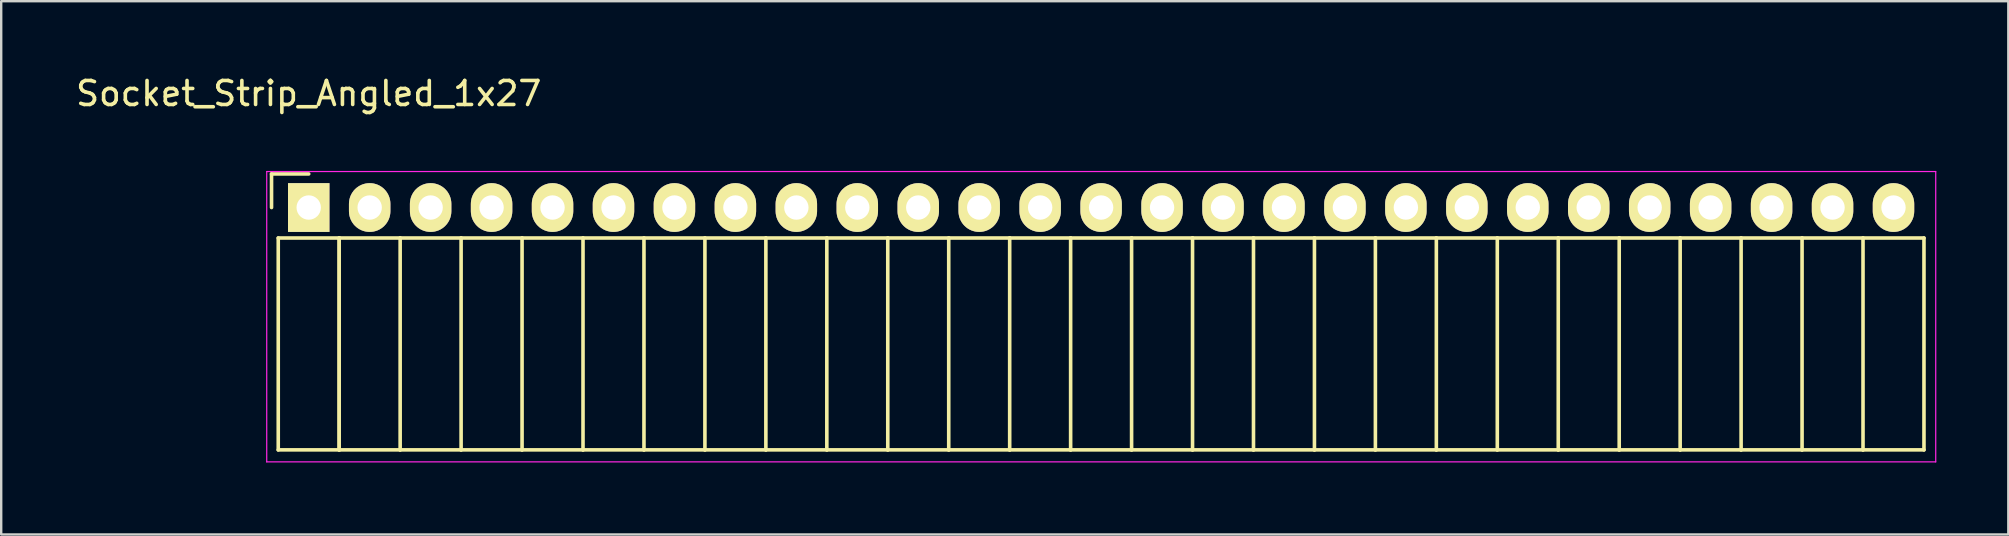
<source format=kicad_pcb>
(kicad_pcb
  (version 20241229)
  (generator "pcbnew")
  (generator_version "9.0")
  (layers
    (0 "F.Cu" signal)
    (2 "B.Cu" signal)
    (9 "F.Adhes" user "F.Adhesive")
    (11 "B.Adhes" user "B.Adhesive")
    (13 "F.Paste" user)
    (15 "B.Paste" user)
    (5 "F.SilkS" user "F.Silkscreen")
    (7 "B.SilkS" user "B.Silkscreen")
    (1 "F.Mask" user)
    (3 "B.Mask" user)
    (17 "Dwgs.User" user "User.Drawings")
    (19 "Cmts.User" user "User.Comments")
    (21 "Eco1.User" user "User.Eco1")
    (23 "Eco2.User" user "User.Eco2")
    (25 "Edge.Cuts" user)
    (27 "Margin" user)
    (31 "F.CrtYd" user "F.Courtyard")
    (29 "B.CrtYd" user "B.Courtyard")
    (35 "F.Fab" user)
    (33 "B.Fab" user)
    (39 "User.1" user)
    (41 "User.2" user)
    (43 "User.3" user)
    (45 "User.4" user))
  (footprint "Socket_Strip_Angled_1x27"
    (layer "F.Cu")
    (at 9.815 5.598)
    (property "Reference" "Socket_Strip_Angled_1x27" (at 0 -4.75 0) (layer "F.SilkS") (effects (font (size 1 1) (thickness 0.15))))
    (attr through_hole)
    (fp_line (start -1.55 -1.4) (end -1.55 0) (stroke (width 0.15) (type solid)) (layer "F.SilkS"))
    (fp_line (start -1.27 1.27) (end -1.27 10.1) (stroke (width 0.15) (type solid)) (layer "F.SilkS"))
    (fp_line (start -1.27 1.27) (end 1.27 1.27) (stroke (width 0.15) (type solid)) (layer "F.SilkS"))
    (fp_line (start -1.27 10.1) (end 1.27 10.1) (stroke (width 0.15) (type solid)) (layer "F.SilkS"))
    (fp_line (start 0 -1.4) (end -1.55 -1.4) (stroke (width 0.15) (type solid)) (layer "F.SilkS"))
    (fp_line (start 1.27 1.27) (end 1.27 10.1) (stroke (width 0.15) (type solid)) (layer "F.SilkS"))
    (fp_line (start 1.27 1.27) (end 3.81 1.27) (stroke (width 0.15) (type solid)) (layer "F.SilkS"))
    (fp_line (start 1.27 10.1) (end 1.27 1.27) (stroke (width 0.15) (type solid)) (layer "F.SilkS"))
    (fp_line (start 1.27 10.1) (end 3.81 10.1) (stroke (width 0.15) (type solid)) (layer "F.SilkS"))
    (fp_line (start 3.81 1.27) (end 6.35 1.27) (stroke (width 0.15) (type solid)) (layer "F.SilkS"))
    (fp_line (start 3.81 10.1) (end 3.81 1.27) (stroke (width 0.15) (type solid)) (layer "F.SilkS"))
    (fp_line (start 3.81 10.1) (end 6.35 10.1) (stroke (width 0.15) (type solid)) (layer "F.SilkS"))
    (fp_line (start 6.35 1.27) (end 8.89 1.27) (stroke (width 0.15) (type solid)) (layer "F.SilkS"))
    (fp_line (start 6.35 10.1) (end 6.35 1.27) (stroke (width 0.15) (type solid)) (layer "F.SilkS"))
    (fp_line (start 6.35 10.1) (end 8.89 10.1) (stroke (width 0.15) (type solid)) (layer "F.SilkS"))
    (fp_line (start 8.89 1.27) (end 11.43 1.27) (stroke (width 0.15) (type solid)) (layer "F.SilkS"))
    (fp_line (start 8.89 10.1) (end 8.89 1.27) (stroke (width 0.15) (type solid)) (layer "F.SilkS"))
    (fp_line (start 8.89 10.1) (end 11.43 10.1) (stroke (width 0.15) (type solid)) (layer "F.SilkS"))
    (fp_line (start 11.43 1.27) (end 13.97 1.27) (stroke (width 0.15) (type solid)) (layer "F.SilkS"))
    (fp_line (start 11.43 10.1) (end 11.43 1.27) (stroke (width 0.15) (type solid)) (layer "F.SilkS"))
    (fp_line (start 11.43 10.1) (end 13.97 10.1) (stroke (width 0.15) (type solid)) (layer "F.SilkS"))
    (fp_line (start 13.97 1.27) (end 16.51 1.27) (stroke (width 0.15) (type solid)) (layer "F.SilkS"))
    (fp_line (start 13.97 10.1) (end 13.97 1.27) (stroke (width 0.15) (type solid)) (layer "F.SilkS"))
    (fp_line (start 13.97 10.1) (end 16.51 10.1) (stroke (width 0.15) (type solid)) (layer "F.SilkS"))
    (fp_line (start 16.51 1.27) (end 19.05 1.27) (stroke (width 0.15) (type solid)) (layer "F.SilkS"))
    (fp_line (start 16.51 10.1) (end 16.51 1.27) (stroke (width 0.15) (type solid)) (layer "F.SilkS"))
    (fp_line (start 16.51 10.1) (end 19.05 10.1) (stroke (width 0.15) (type solid)) (layer "F.SilkS"))
    (fp_line (start 19.05 1.27) (end 21.59 1.27) (stroke (width 0.15) (type solid)) (layer "F.SilkS"))
    (fp_line (start 19.05 10.1) (end 19.05 1.27) (stroke (width 0.15) (type solid)) (layer "F.SilkS"))
    (fp_line (start 19.05 10.1) (end 21.59 10.1) (stroke (width 0.15) (type solid)) (layer "F.SilkS"))
    (fp_line (start 21.59 1.27) (end 24.13 1.27) (stroke (width 0.15) (type solid)) (layer "F.SilkS"))
    (fp_line (start 21.59 10.1) (end 21.59 1.27) (stroke (width 0.15) (type solid)) (layer "F.SilkS"))
    (fp_line (start 21.59 10.1) (end 24.13 10.1) (stroke (width 0.15) (type solid)) (layer "F.SilkS"))
    (fp_line (start 24.13 1.27) (end 26.67 1.27) (stroke (width 0.15) (type solid)) (layer "F.SilkS"))
    (fp_line (start 24.13 10.1) (end 24.13 1.27) (stroke (width 0.15) (type solid)) (layer "F.SilkS"))
    (fp_line (start 24.13 10.1) (end 26.67 10.1) (stroke (width 0.15) (type solid)) (layer "F.SilkS"))
    (fp_line (start 26.67 1.27) (end 29.21 1.27) (stroke (width 0.15) (type solid)) (layer "F.SilkS"))
    (fp_line (start 26.67 10.1) (end 26.67 1.27) (stroke (width 0.15) (type solid)) (layer "F.SilkS"))
    (fp_line (start 26.67 10.1) (end 29.21 10.1) (stroke (width 0.15) (type solid)) (layer "F.SilkS"))
    (fp_line (start 29.21 1.27) (end 31.75 1.27) (stroke (width 0.15) (type solid)) (layer "F.SilkS"))
    (fp_line (start 29.21 10.1) (end 29.21 1.27) (stroke (width 0.15) (type solid)) (layer "F.SilkS"))
    (fp_line (start 29.21 10.1) (end 31.75 10.1) (stroke (width 0.15) (type solid)) (layer "F.SilkS"))
    (fp_line (start 31.75 1.27) (end 34.29 1.27) (stroke (width 0.15) (type solid)) (layer "F.SilkS"))
    (fp_line (start 31.75 10.1) (end 31.75 1.27) (stroke (width 0.15) (type solid)) (layer "F.SilkS"))
    (fp_line (start 31.75 10.1) (end 34.29 10.1) (stroke (width 0.15) (type solid)) (layer "F.SilkS"))
    (fp_line (start 34.29 1.27) (end 36.83 1.27) (stroke (width 0.15) (type solid)) (layer "F.SilkS"))
    (fp_line (start 34.29 10.1) (end 34.29 1.27) (stroke (width 0.15) (type solid)) (layer "F.SilkS"))
    (fp_line (start 34.29 10.1) (end 36.83 10.1) (stroke (width 0.15) (type solid)) (layer "F.SilkS"))
    (fp_line (start 36.83 1.27) (end 39.37 1.27) (stroke (width 0.15) (type solid)) (layer "F.SilkS"))
    (fp_line (start 36.83 10.1) (end 36.83 1.27) (stroke (width 0.15) (type solid)) (layer "F.SilkS"))
    (fp_line (start 36.83 10.1) (end 39.37 10.1) (stroke (width 0.15) (type solid)) (layer "F.SilkS"))
    (fp_line (start 39.37 1.27) (end 41.91 1.27) (stroke (width 0.15) (type solid)) (layer "F.SilkS"))
    (fp_line (start 39.37 10.1) (end 39.37 1.27) (stroke (width 0.15) (type solid)) (layer "F.SilkS"))
    (fp_line (start 39.37 10.1) (end 41.91 10.1) (stroke (width 0.15) (type solid)) (layer "F.SilkS"))
    (fp_line (start 41.91 1.27) (end 44.45 1.27) (stroke (width 0.15) (type solid)) (layer "F.SilkS"))
    (fp_line (start 41.91 10.1) (end 41.91 1.27) (stroke (width 0.15) (type solid)) (layer "F.SilkS"))
    (fp_line (start 41.91 10.1) (end 44.45 10.1) (stroke (width 0.15) (type solid)) (layer "F.SilkS"))
    (fp_line (start 44.45 1.27) (end 46.99 1.27) (stroke (width 0.15) (type solid)) (layer "F.SilkS"))
    (fp_line (start 44.45 10.1) (end 44.45 1.27) (stroke (width 0.15) (type solid)) (layer "F.SilkS"))
    (fp_line (start 44.45 10.1) (end 46.99 10.1) (stroke (width 0.15) (type solid)) (layer "F.SilkS"))
    (fp_line (start 46.99 1.27) (end 49.53 1.27) (stroke (width 0.15) (type solid)) (layer "F.SilkS"))
    (fp_line (start 46.99 10.1) (end 46.99 1.27) (stroke (width 0.15) (type solid)) (layer "F.SilkS"))
    (fp_line (start 46.99 10.1) (end 49.53 10.1) (stroke (width 0.15) (type solid)) (layer "F.SilkS"))
    (fp_line (start 49.53 1.27) (end 52.07 1.27) (stroke (width 0.15) (type solid)) (layer "F.SilkS"))
    (fp_line (start 49.53 10.1) (end 49.53 1.27) (stroke (width 0.15) (type solid)) (layer "F.SilkS"))
    (fp_line (start 49.53 10.1) (end 52.07 10.1) (stroke (width 0.15) (type solid)) (layer "F.SilkS"))
    (fp_line (start 52.07 1.27) (end 54.61 1.27) (stroke (width 0.15) (type solid)) (layer "F.SilkS"))
    (fp_line (start 52.07 10.1) (end 52.07 1.27) (stroke (width 0.15) (type solid)) (layer "F.SilkS"))
    (fp_line (start 52.07 10.1) (end 54.61 10.1) (stroke (width 0.15) (type solid)) (layer "F.SilkS"))
    (fp_line (start 54.61 1.27) (end 57.15 1.27) (stroke (width 0.15) (type solid)) (layer "F.SilkS"))
    (fp_line (start 54.61 10.1) (end 54.61 1.27) (stroke (width 0.15) (type solid)) (layer "F.SilkS"))
    (fp_line (start 54.61 10.1) (end 57.15 10.1) (stroke (width 0.15) (type solid)) (layer "F.SilkS"))
    (fp_line (start 57.15 1.27) (end 59.69 1.27) (stroke (width 0.15) (type solid)) (layer "F.SilkS"))
    (fp_line (start 57.15 10.1) (end 57.15 1.27) (stroke (width 0.15) (type solid)) (layer "F.SilkS"))
    (fp_line (start 57.15 10.1) (end 59.69 10.1) (stroke (width 0.15) (type solid)) (layer "F.SilkS"))
    (fp_line (start 59.69 1.27) (end 62.23 1.27) (stroke (width 0.15) (type solid)) (layer "F.SilkS"))
    (fp_line (start 59.69 10.1) (end 59.69 1.27) (stroke (width 0.15) (type solid)) (layer "F.SilkS"))
    (fp_line (start 59.69 10.1) (end 62.23 10.1) (stroke (width 0.15) (type solid)) (layer "F.SilkS"))
    (fp_line (start 62.23 1.27) (end 64.77 1.27) (stroke (width 0.15) (type solid)) (layer "F.SilkS"))
    (fp_line (start 62.23 10.1) (end 62.23 1.27) (stroke (width 0.15) (type solid)) (layer "F.SilkS"))
    (fp_line (start 62.23 10.1) (end 64.77 10.1) (stroke (width 0.15) (type solid)) (layer "F.SilkS"))
    (fp_line (start 64.77 1.27) (end 67.31 1.27) (stroke (width 0.15) (type solid)) (layer "F.SilkS"))
    (fp_line (start 64.77 10.1) (end 64.77 1.27) (stroke (width 0.15) (type solid)) (layer "F.SilkS"))
    (fp_line (start 64.77 10.1) (end 67.31 10.1) (stroke (width 0.15) (type solid)) (layer "F.SilkS"))
    (fp_line (start 67.31 10.1) (end 67.31 1.27) (stroke (width 0.15) (type solid)) (layer "F.SilkS"))
    (fp_line (start -1.75 -1.5) (end -1.75 10.6) (stroke (width 0.05) (type solid)) (layer "F.CrtYd"))
    (fp_line (start -1.75 -1.5) (end 67.8 -1.5) (stroke (width 0.05) (type solid)) (layer "F.CrtYd"))
    (fp_line (start -1.75 10.6) (end 67.8 10.6) (stroke (width 0.05) (type solid)) (layer "F.CrtYd"))
    (fp_line (start 67.8 -1.5) (end 67.8 10.6) (stroke (width 0.05) (type solid)) (layer "F.CrtYd"))
    (pad "1" thru_hole rect (at 0 0) (size 1.727 2.032) (drill 1.016) (layers "*.Cu" "*.Mask" "F.SilkS"))
    (pad "2" thru_hole oval (at 2.54 0) (size 1.727 2.032) (drill 1.016) (layers "*.Cu" "*.Mask" "F.SilkS"))
    (pad "3" thru_hole oval (at 5.08 0) (size 1.727 2.032) (drill 1.016) (layers "*.Cu" "*.Mask" "F.SilkS"))
    (pad "4" thru_hole oval (at 7.62 0) (size 1.727 2.032) (drill 1.016) (layers "*.Cu" "*.Mask" "F.SilkS"))
    (pad "5" thru_hole oval (at 10.16 0) (size 1.727 2.032) (drill 1.016) (layers "*.Cu" "*.Mask" "F.SilkS"))
    (pad "6" thru_hole oval (at 12.7 0) (size 1.727 2.032) (drill 1.016) (layers "*.Cu" "*.Mask" "F.SilkS"))
    (pad "7" thru_hole oval (at 15.24 0) (size 1.727 2.032) (drill 1.016) (layers "*.Cu" "*.Mask" "F.SilkS"))
    (pad "8" thru_hole oval (at 17.78 0) (size 1.727 2.032) (drill 1.016) (layers "*.Cu" "*.Mask" "F.SilkS"))
    (pad "9" thru_hole oval (at 20.32 0) (size 1.727 2.032) (drill 1.016) (layers "*.Cu" "*.Mask" "F.SilkS"))
    (pad "10" thru_hole oval (at 22.86 0) (size 1.727 2.032) (drill 1.016) (layers "*.Cu" "*.Mask" "F.SilkS"))
    (pad "11" thru_hole oval (at 25.4 0) (size 1.727 2.032) (drill 1.016) (layers "*.Cu" "*.Mask" "F.SilkS"))
    (pad "12" thru_hole oval (at 27.94 0) (size 1.727 2.032) (drill 1.016) (layers "*.Cu" "*.Mask" "F.SilkS"))
    (pad "13" thru_hole oval (at 30.48 0) (size 1.727 2.032) (drill 1.016) (layers "*.Cu" "*.Mask" "F.SilkS"))
    (pad "14" thru_hole oval (at 33.02 0) (size 1.727 2.032) (drill 1.016) (layers "*.Cu" "*.Mask" "F.SilkS"))
    (pad "15" thru_hole oval (at 35.56 0) (size 1.727 2.032) (drill 1.016) (layers "*.Cu" "*.Mask" "F.SilkS"))
    (pad "16" thru_hole oval (at 38.1 0) (size 1.727 2.032) (drill 1.016) (layers "*.Cu" "*.Mask" "F.SilkS"))
    (pad "17" thru_hole oval (at 40.64 0) (size 1.727 2.032) (drill 1.016) (layers "*.Cu" "*.Mask" "F.SilkS"))
    (pad "18" thru_hole oval (at 43.18 0) (size 1.727 2.032) (drill 1.016) (layers "*.Cu" "*.Mask" "F.SilkS"))
    (pad "19" thru_hole oval (at 45.72 0) (size 1.727 2.032) (drill 1.016) (layers "*.Cu" "*.Mask" "F.SilkS"))
    (pad "20" thru_hole oval (at 48.26 0) (size 1.727 2.032) (drill 1.016) (layers "*.Cu" "*.Mask" "F.SilkS"))
    (pad "21" thru_hole oval (at 50.8 0) (size 1.727 2.032) (drill 1.016) (layers "*.Cu" "*.Mask" "F.SilkS"))
    (pad "22" thru_hole oval (at 53.34 0) (size 1.727 2.032) (drill 1.016) (layers "*.Cu" "*.Mask" "F.SilkS"))
    (pad "23" thru_hole oval (at 55.88 0) (size 1.727 2.032) (drill 1.016) (layers "*.Cu" "*.Mask" "F.SilkS"))
    (pad "24" thru_hole oval (at 58.42 0) (size 1.727 2.032) (drill 1.016) (layers "*.Cu" "*.Mask" "F.SilkS"))
    (pad "25" thru_hole oval (at 60.96 0) (size 1.727 2.032) (drill 1.016) (layers "*.Cu" "*.Mask" "F.SilkS"))
    (pad "26" thru_hole oval (at 63.5 0) (size 1.727 2.032) (drill 1.016) (layers "*.Cu" "*.Mask" "F.SilkS"))
    (pad "27" thru_hole oval (at 66.04 0) (size 1.727 2.032) (drill 1.016) (layers "*.Cu" "*.Mask" "F.SilkS")))
  (gr_rect
    (start -3 -3)
    (end 80.64 19.223)
    (stroke (width 0.1) (type default))
    (fill no)
    (layer "Edge.Cuts")))
</source>
